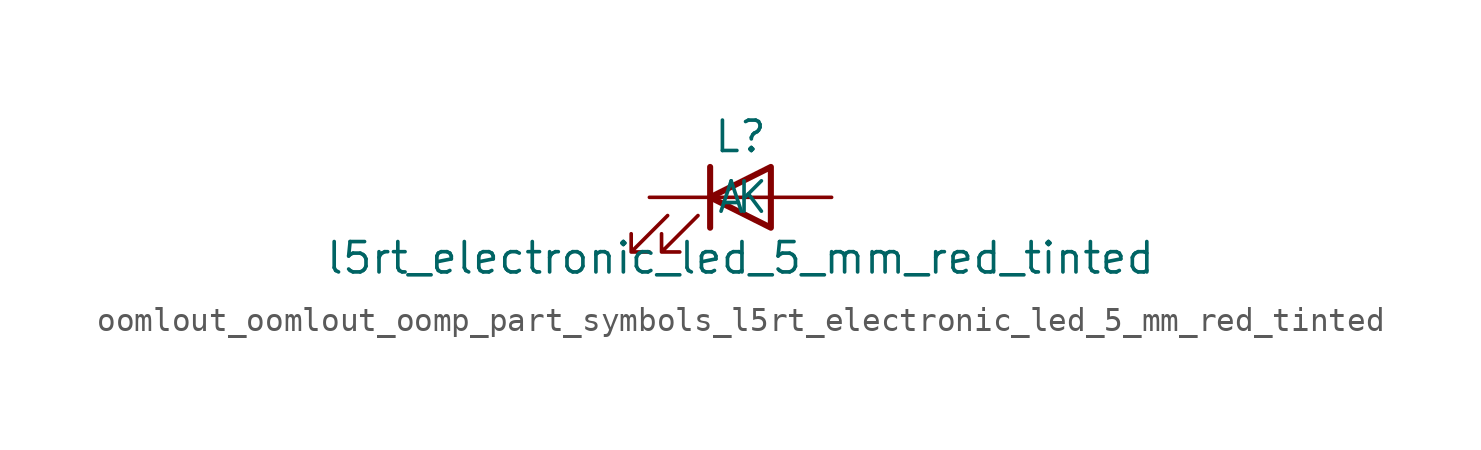
<source format=kicad_sym>
(kicad_symbol_lib
  (version 20220914)
  (generator kicad_symbol_editor)
  (symbol "oomlout_oomlout_oomp_part_symbols_l5rt_electronic_led_5_mm_red_tinted"
    (pin_numbers hide)
    (pin_names
      (offset 1.016))
    (property "Reference" "L"
      (at 0 2.54 0)
      (effects (font (size 1.27 1.27))))
    (property "Value" "l5rt_electronic_led_5_mm_red_tinted"
      (at 0 -2.54 0)
      (effects (font (size 1.27 1.27))))
    (symbol "oomlout_oomlout_oomp_part_symbols_l5rt_electronic_led_5_mm_red_tinted_0_1"
      (polyline (pts (xy -1.27 -1.27) (xy -1.27 1.27)) (stroke (width 0.254) (type default)) (fill (type none)))
      (polyline (pts (xy -1.27 0) (xy 1.27 0)) (stroke (width 0) (type default)) (fill (type none)))
      (polyline (pts (xy 1.27 -1.27) (xy 1.27 1.27) (xy -1.27 0) (xy 1.27 -1.27)) (stroke (width 0.254) (type default)) (fill (type none)))
      (polyline (pts (xy -3.048 -0.762) (xy -4.572 -2.286) (xy -3.81 -2.286) (xy -4.572 -2.286) (xy -4.572 -1.524)) (stroke (width 0) (type default)) (fill (type none)))
      (polyline (pts (xy -1.778 -0.762) (xy -3.302 -2.286) (xy -2.54 -2.286) (xy -3.302 -2.286) (xy -3.302 -1.524)) (stroke (width 0) (type default)) (fill (type none))))
    (symbol "oomlout_oomlout_oomp_part_symbols_l5rt_electronic_led_5_mm_red_tinted_1_1"
      (pin passive line (at -3.81 0 0) (length 2.54) (name "K" (effects (font (size 1.27 1.27)))) (number "1" (effects (font (size 1.27 1.27)))))
      (pin passive line (at 3.81 0 180) (length 2.54) (name "A" (effects (font (size 1.27 1.27)))) (number "2" (effects (font (size 1.27 1.27))))))))
</source>
